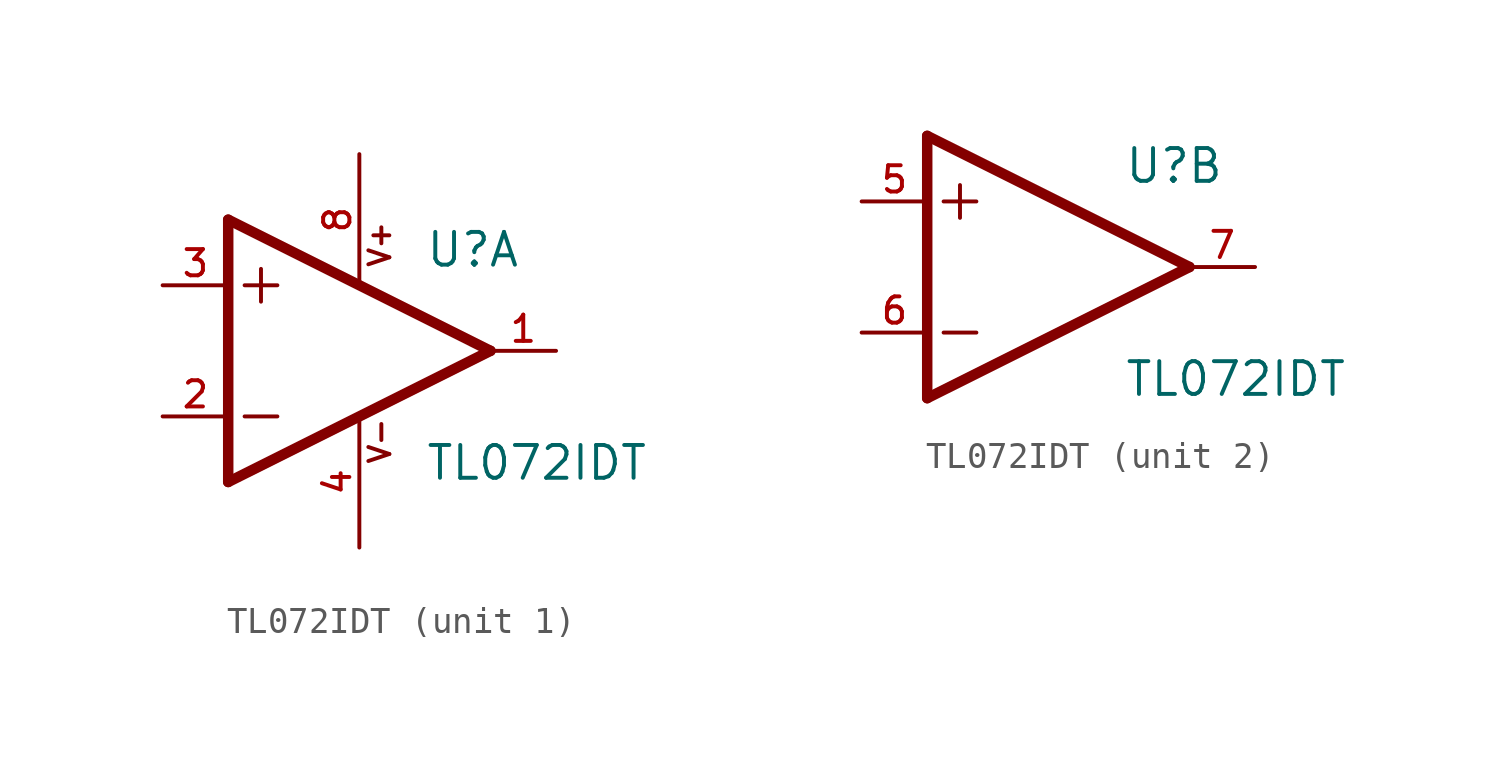
<source format=kicad_sym>
(kicad_symbol_lib
  (version 20211014)
  (generator kicad_symbol_editor)
  (symbol "TL072IDT"
    (pin_names
      (offset 1.016))
    (property "Reference" "U"
      (at 2.54 3.175 0)
      (effects (font (size 1.27 1.27)) (justify bottom left)))
    (property "Value" "TL072IDT"
      (at 2.54 -5.08 0)
      (effects (font (size 1.27 1.27)) (justify bottom left)))
    (symbol "TL072IDT_1_0"
      (polyline (pts (xy -5.08 5.08) (xy -5.08 -5.08)) (stroke (width 0.406)))
      (polyline (pts (xy -5.08 -5.08) (xy 5.08 0.0)) (stroke (width 0.406)))
      (polyline (pts (xy 5.08 0.0) (xy -5.08 5.08)) (stroke (width 0.406)))
      (polyline (pts (xy -3.81 3.175) (xy -3.81 1.905)) (stroke (width 0.152)))
      (polyline (pts (xy -4.445 2.54) (xy -3.175 2.54)) (stroke (width 0.152)))
      (polyline (pts (xy -4.445 -2.54) (xy -3.175 -2.54)) (stroke (width 0.152)))
      (text "V+" (at 1.27 3.175 900) (effects (font (size 0.813 0.813)) (justify bottom left)))
      (text "V-" (at 1.27 -4.445 900) (effects (font (size 0.813 0.813)) (justify bottom left)))
      (pin input line (at -7.62 -2.54 0) (length 2.54) (name "~" (effects (font (size 1.016 1.016)))) (number "2" (effects (font (size 1.016 1.016)))))
      (pin input line (at -7.62 2.54 0) (length 2.54) (name "~" (effects (font (size 1.016 1.016)))) (number "3" (effects (font (size 1.016 1.016)))))
      (pin output line (at 7.62 0.0 180.0) (length 2.54) (name "~" (effects (font (size 1.016 1.016)))) (number "1" (effects (font (size 1.016 1.016)))))
      (pin power_in line (at 0.0 7.62 270.0) (length 5.08) (name "~" (effects (font (size 1.016 1.016)))) (number "8" (effects (font (size 1.016 1.016)))))
      (pin power_in line (at 0.0 -7.62 90.0) (length 5.08) (name "~" (effects (font (size 1.016 1.016)))) (number "4" (effects (font (size 1.016 1.016))))))
    (symbol "TL072IDT_2_0"
      (polyline (pts (xy -5.08 5.08) (xy -5.08 -5.08)) (stroke (width 0.406)))
      (polyline (pts (xy -5.08 -5.08) (xy 5.08 0.0)) (stroke (width 0.406)))
      (polyline (pts (xy 5.08 0.0) (xy -5.08 5.08)) (stroke (width 0.406)))
      (polyline (pts (xy -3.81 3.175) (xy -3.81 1.905)) (stroke (width 0.152)))
      (polyline (pts (xy -4.445 2.54) (xy -3.175 2.54)) (stroke (width 0.152)))
      (polyline (pts (xy -4.445 -2.54) (xy -3.175 -2.54)) (stroke (width 0.152)))
      (pin input line (at -7.62 -2.54 0) (length 2.54) (name "~" (effects (font (size 1.016 1.016)))) (number "6" (effects (font (size 1.016 1.016)))))
      (pin input line (at -7.62 2.54 0) (length 2.54) (name "~" (effects (font (size 1.016 1.016)))) (number "5" (effects (font (size 1.016 1.016)))))
      (pin output line (at 7.62 0.0 180.0) (length 2.54) (name "~" (effects (font (size 1.016 1.016)))) (number "7" (effects (font (size 1.016 1.016))))))))
</source>
